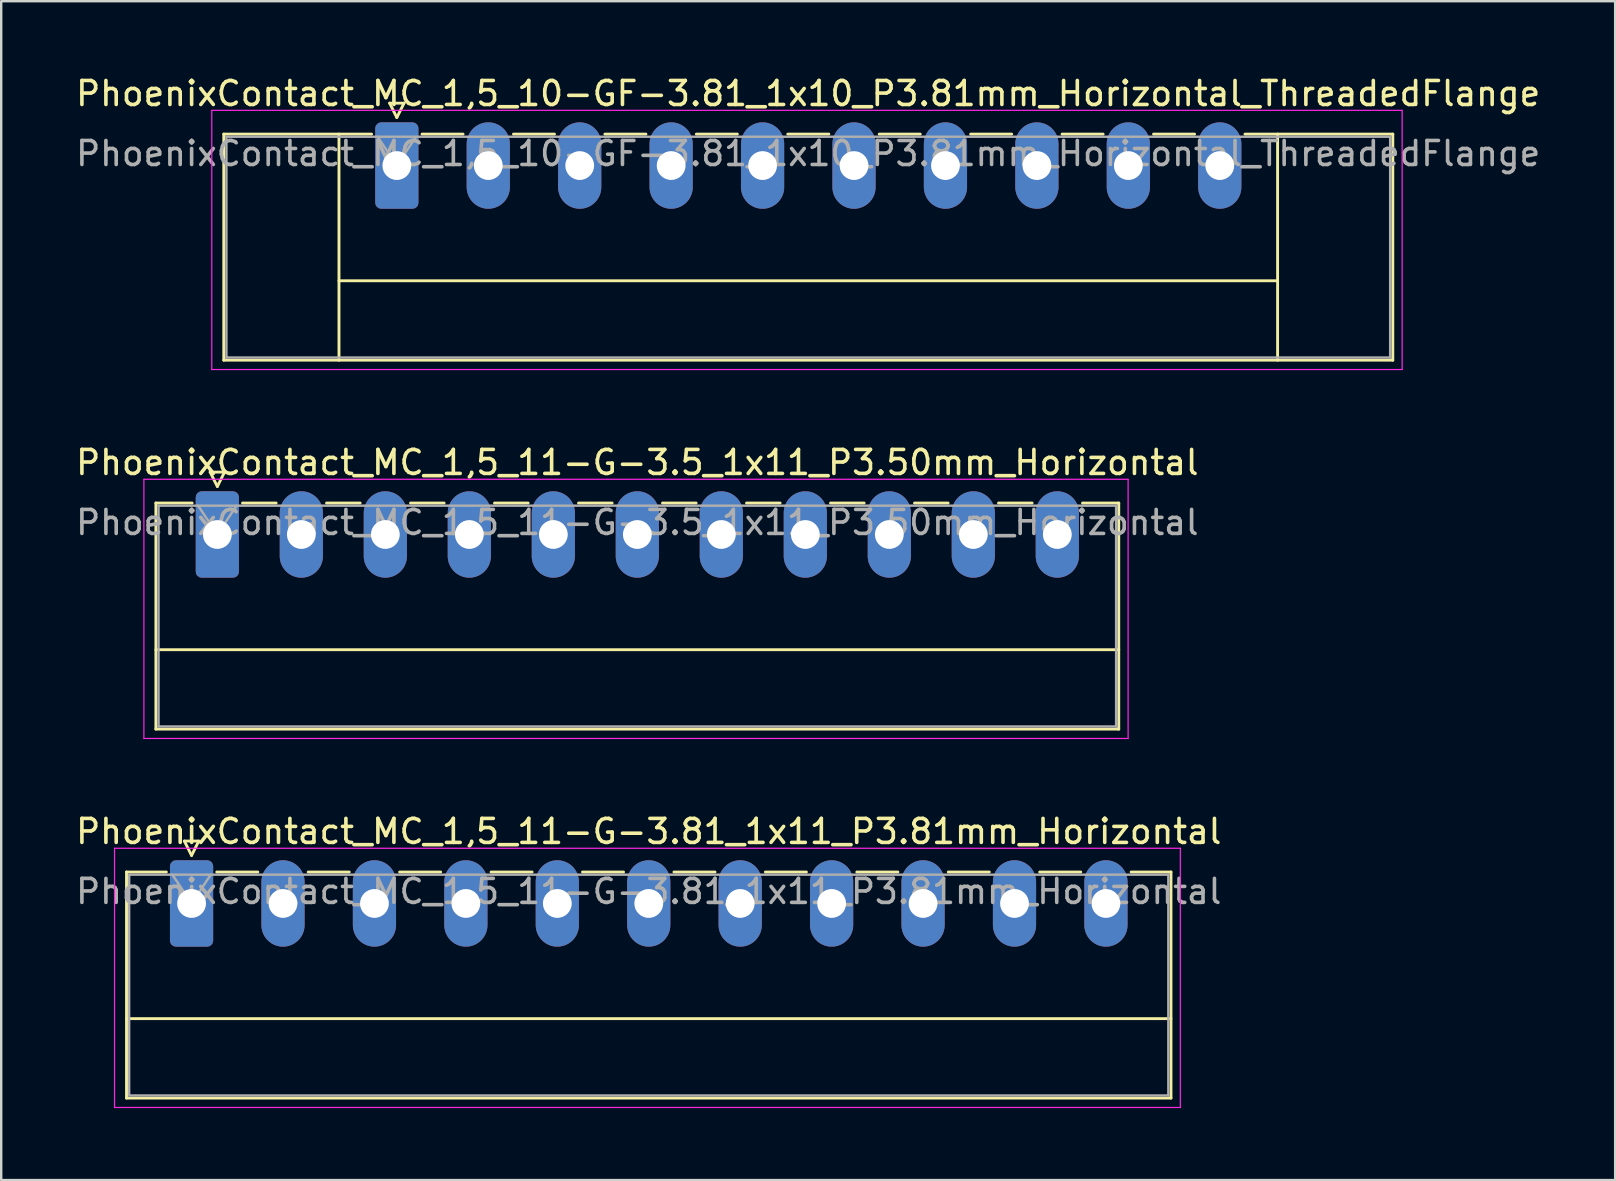
<source format=kicad_pcb>
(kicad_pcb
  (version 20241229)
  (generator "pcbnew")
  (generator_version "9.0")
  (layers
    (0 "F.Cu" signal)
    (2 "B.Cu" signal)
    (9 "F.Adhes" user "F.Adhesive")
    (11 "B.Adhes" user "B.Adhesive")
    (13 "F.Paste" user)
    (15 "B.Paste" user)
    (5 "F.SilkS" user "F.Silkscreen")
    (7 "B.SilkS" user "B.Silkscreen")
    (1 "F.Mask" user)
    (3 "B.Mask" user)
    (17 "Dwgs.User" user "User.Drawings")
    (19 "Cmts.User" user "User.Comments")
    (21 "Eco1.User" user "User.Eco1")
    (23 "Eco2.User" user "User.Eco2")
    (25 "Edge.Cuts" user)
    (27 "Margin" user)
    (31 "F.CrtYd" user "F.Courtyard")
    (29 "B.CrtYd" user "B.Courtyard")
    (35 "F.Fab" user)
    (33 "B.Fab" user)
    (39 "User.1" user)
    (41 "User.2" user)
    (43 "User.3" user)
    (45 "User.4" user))
  (footprint "PhoenixContact_MC_1,5_11-G-3.81_1x11_P3.81mm_Horizontal"
    (layer "F.Cu")
    (at 4.932 34.595)
    (property "Reference" "PhoenixContact_MC_1,5_11-G-3.81_1x11_P3.81mm_Horizontal" (at 19.05 -3 0) (layer "F.SilkS") (effects (font (size 1 1) (thickness 0.15))))
    (attr through_hole)
    (fp_line (start -2.71 -1.31) (end -2.71 8.11) (stroke (width 0.12) (type solid)) (layer "F.SilkS"))
    (fp_line (start -2.71 -1.31) (end -1.05 -1.31) (stroke (width 0.12) (type solid)) (layer "F.SilkS"))
    (fp_line (start -2.71 4.8) (end 40.81 4.8) (stroke (width 0.12) (type solid)) (layer "F.SilkS"))
    (fp_line (start -2.71 8.11) (end 40.81 8.11) (stroke (width 0.12) (type solid)) (layer "F.SilkS"))
    (fp_line (start -0.3 -2.6) (end 0.3 -2.6) (stroke (width 0.12) (type solid)) (layer "F.SilkS"))
    (fp_line (start 0 -2) (end -0.3 -2.6) (stroke (width 0.12) (type solid)) (layer "F.SilkS"))
    (fp_line (start 0.3 -2.6) (end 0 -2) (stroke (width 0.12) (type solid)) (layer "F.SilkS"))
    (fp_line (start 1.05 -1.31) (end 2.76 -1.31) (stroke (width 0.12) (type solid)) (layer "F.SilkS"))
    (fp_line (start 4.86 -1.31) (end 6.57 -1.31) (stroke (width 0.12) (type solid)) (layer "F.SilkS"))
    (fp_line (start 8.67 -1.31) (end 10.38 -1.31) (stroke (width 0.12) (type solid)) (layer "F.SilkS"))
    (fp_line (start 12.48 -1.31) (end 14.19 -1.31) (stroke (width 0.12) (type solid)) (layer "F.SilkS"))
    (fp_line (start 16.29 -1.31) (end 18 -1.31) (stroke (width 0.12) (type solid)) (layer "F.SilkS"))
    (fp_line (start 20.1 -1.31) (end 21.81 -1.31) (stroke (width 0.12) (type solid)) (layer "F.SilkS"))
    (fp_line (start 23.91 -1.31) (end 25.62 -1.31) (stroke (width 0.12) (type solid)) (layer "F.SilkS"))
    (fp_line (start 27.72 -1.31) (end 29.43 -1.31) (stroke (width 0.12) (type solid)) (layer "F.SilkS"))
    (fp_line (start 31.53 -1.31) (end 33.24 -1.31) (stroke (width 0.12) (type solid)) (layer "F.SilkS"))
    (fp_line (start 35.34 -1.31) (end 37.05 -1.31) (stroke (width 0.12) (type solid)) (layer "F.SilkS"))
    (fp_line (start 40.81 -1.31) (end 39.15 -1.31) (stroke (width 0.12) (type solid)) (layer "F.SilkS"))
    (fp_line (start 40.81 8.11) (end 40.81 -1.31) (stroke (width 0.12) (type solid)) (layer "F.SilkS"))
    (fp_line (start -3.21 -2.3) (end -3.21 8.5) (stroke (width 0.05) (type solid)) (layer "F.CrtYd"))
    (fp_line (start -3.21 8.5) (end 41.2 8.5) (stroke (width 0.05) (type solid)) (layer "F.CrtYd"))
    (fp_line (start 41.2 -2.3) (end -3.21 -2.3) (stroke (width 0.05) (type solid)) (layer "F.CrtYd"))
    (fp_line (start 41.2 8.5) (end 41.2 -2.3) (stroke (width 0.05) (type solid)) (layer "F.CrtYd"))
    (fp_line (start -2.6 -1.2) (end -2.6 8) (stroke (width 0.1) (type solid)) (layer "F.Fab"))
    (fp_line (start -2.6 8) (end 40.7 8) (stroke (width 0.1) (type solid)) (layer "F.Fab"))
    (fp_line (start 0 0) (end -0.8 -1.2) (stroke (width 0.1) (type solid)) (layer "F.Fab"))
    (fp_line (start 0.8 -1.2) (end 0 0) (stroke (width 0.1) (type solid)) (layer "F.Fab"))
    (fp_line (start 40.7 -1.2) (end -2.6 -1.2) (stroke (width 0.1) (type solid)) (layer "F.Fab"))
    (fp_line (start 40.7 8) (end 40.7 -1.2) (stroke (width 0.1) (type solid)) (layer "F.Fab"))
    (fp_text user "${REFERENCE}" (at 19.05 -0.5 0) (layer "F.Fab") (effects (font (size 1 1) (thickness 0.15))))
    (pad "1" thru_hole roundrect (at 0 0) (size 1.8 3.6) (drill 1.2) (layers "*.Cu" "*.Mask") (roundrect_rratio 0.139))
    (pad "2" thru_hole oval (at 3.81 0) (size 1.8 3.6) (drill 1.2) (layers "*.Cu" "*.Mask"))
    (pad "3" thru_hole oval (at 7.62 0) (size 1.8 3.6) (drill 1.2) (layers "*.Cu" "*.Mask"))
    (pad "4" thru_hole oval (at 11.43 0) (size 1.8 3.6) (drill 1.2) (layers "*.Cu" "*.Mask"))
    (pad "5" thru_hole oval (at 15.24 0) (size 1.8 3.6) (drill 1.2) (layers "*.Cu" "*.Mask"))
    (pad "6" thru_hole oval (at 19.05 0) (size 1.8 3.6) (drill 1.2) (layers "*.Cu" "*.Mask"))
    (pad "7" thru_hole oval (at 22.86 0) (size 1.8 3.6) (drill 1.2) (layers "*.Cu" "*.Mask"))
    (pad "8" thru_hole oval (at 26.67 0) (size 1.8 3.6) (drill 1.2) (layers "*.Cu" "*.Mask"))
    (pad "9" thru_hole oval (at 30.48 0) (size 1.8 3.6) (drill 1.2) (layers "*.Cu" "*.Mask"))
    (pad "10" thru_hole oval (at 34.29 0) (size 1.8 3.6) (drill 1.2) (layers "*.Cu" "*.Mask"))
    (pad "11" thru_hole oval (at 38.1 0) (size 1.8 3.6) (drill 1.2) (layers "*.Cu" "*.Mask")))
  (footprint "PhoenixContact_MC_1,5_11-G-3.5_1x11_P3.50mm_Horizontal"
    (layer "F.Cu")
    (at 6.006 19.221)
    (property "Reference" "PhoenixContact_MC_1,5_11-G-3.5_1x11_P3.50mm_Horizontal" (at 17.5 -3 0) (layer "F.SilkS") (effects (font (size 1 1) (thickness 0.15))))
    (attr through_hole)
    (fp_line (start -2.56 -1.31) (end -2.56 8.11) (stroke (width 0.12) (type solid)) (layer "F.SilkS"))
    (fp_line (start -2.56 -1.31) (end -1.05 -1.31) (stroke (width 0.12) (type solid)) (layer "F.SilkS"))
    (fp_line (start -2.56 4.8) (end 37.56 4.8) (stroke (width 0.12) (type solid)) (layer "F.SilkS"))
    (fp_line (start -2.56 8.11) (end 37.56 8.11) (stroke (width 0.12) (type solid)) (layer "F.SilkS"))
    (fp_line (start -0.3 -2.6) (end 0.3 -2.6) (stroke (width 0.12) (type solid)) (layer "F.SilkS"))
    (fp_line (start 0 -2) (end -0.3 -2.6) (stroke (width 0.12) (type solid)) (layer "F.SilkS"))
    (fp_line (start 0.3 -2.6) (end 0 -2) (stroke (width 0.12) (type solid)) (layer "F.SilkS"))
    (fp_line (start 1.05 -1.31) (end 2.45 -1.31) (stroke (width 0.12) (type solid)) (layer "F.SilkS"))
    (fp_line (start 4.55 -1.31) (end 5.95 -1.31) (stroke (width 0.12) (type solid)) (layer "F.SilkS"))
    (fp_line (start 8.05 -1.31) (end 9.45 -1.31) (stroke (width 0.12) (type solid)) (layer "F.SilkS"))
    (fp_line (start 11.55 -1.31) (end 12.95 -1.31) (stroke (width 0.12) (type solid)) (layer "F.SilkS"))
    (fp_line (start 15.05 -1.31) (end 16.45 -1.31) (stroke (width 0.12) (type solid)) (layer "F.SilkS"))
    (fp_line (start 18.55 -1.31) (end 19.95 -1.31) (stroke (width 0.12) (type solid)) (layer "F.SilkS"))
    (fp_line (start 22.05 -1.31) (end 23.45 -1.31) (stroke (width 0.12) (type solid)) (layer "F.SilkS"))
    (fp_line (start 25.55 -1.31) (end 26.95 -1.31) (stroke (width 0.12) (type solid)) (layer "F.SilkS"))
    (fp_line (start 29.05 -1.31) (end 30.45 -1.31) (stroke (width 0.12) (type solid)) (layer "F.SilkS"))
    (fp_line (start 32.55 -1.31) (end 33.95 -1.31) (stroke (width 0.12) (type solid)) (layer "F.SilkS"))
    (fp_line (start 37.56 -1.31) (end 36.05 -1.31) (stroke (width 0.12) (type solid)) (layer "F.SilkS"))
    (fp_line (start 37.56 8.11) (end 37.56 -1.31) (stroke (width 0.12) (type solid)) (layer "F.SilkS"))
    (fp_line (start -3.06 -2.3) (end -3.06 8.5) (stroke (width 0.05) (type solid)) (layer "F.CrtYd"))
    (fp_line (start -3.06 8.5) (end 37.95 8.5) (stroke (width 0.05) (type solid)) (layer "F.CrtYd"))
    (fp_line (start 37.95 -2.3) (end -3.06 -2.3) (stroke (width 0.05) (type solid)) (layer "F.CrtYd"))
    (fp_line (start 37.95 8.5) (end 37.95 -2.3) (stroke (width 0.05) (type solid)) (layer "F.CrtYd"))
    (fp_line (start -2.45 -1.2) (end -2.45 8) (stroke (width 0.1) (type solid)) (layer "F.Fab"))
    (fp_line (start -2.45 8) (end 37.45 8) (stroke (width 0.1) (type solid)) (layer "F.Fab"))
    (fp_line (start 0 0) (end -0.8 -1.2) (stroke (width 0.1) (type solid)) (layer "F.Fab"))
    (fp_line (start 0.8 -1.2) (end 0 0) (stroke (width 0.1) (type solid)) (layer "F.Fab"))
    (fp_line (start 37.45 -1.2) (end -2.45 -1.2) (stroke (width 0.1) (type solid)) (layer "F.Fab"))
    (fp_line (start 37.45 8) (end 37.45 -1.2) (stroke (width 0.1) (type solid)) (layer "F.Fab"))
    (fp_text user "${REFERENCE}" (at 17.5 -0.5 0) (layer "F.Fab") (effects (font (size 1 1) (thickness 0.15))))
    (pad "1" thru_hole roundrect (at 0 0) (size 1.8 3.6) (drill 1.2) (layers "*.Cu" "*.Mask") (roundrect_rratio 0.139))
    (pad "2" thru_hole oval (at 3.5 0) (size 1.8 3.6) (drill 1.2) (layers "*.Cu" "*.Mask"))
    (pad "3" thru_hole oval (at 7 0) (size 1.8 3.6) (drill 1.2) (layers "*.Cu" "*.Mask"))
    (pad "4" thru_hole oval (at 10.5 0) (size 1.8 3.6) (drill 1.2) (layers "*.Cu" "*.Mask"))
    (pad "5" thru_hole oval (at 14 0) (size 1.8 3.6) (drill 1.2) (layers "*.Cu" "*.Mask"))
    (pad "6" thru_hole oval (at 17.5 0) (size 1.8 3.6) (drill 1.2) (layers "*.Cu" "*.Mask"))
    (pad "7" thru_hole oval (at 21 0) (size 1.8 3.6) (drill 1.2) (layers "*.Cu" "*.Mask"))
    (pad "8" thru_hole oval (at 24.5 0) (size 1.8 3.6) (drill 1.2) (layers "*.Cu" "*.Mask"))
    (pad "9" thru_hole oval (at 28 0) (size 1.8 3.6) (drill 1.2) (layers "*.Cu" "*.Mask"))
    (pad "10" thru_hole oval (at 31.5 0) (size 1.8 3.6) (drill 1.2) (layers "*.Cu" "*.Mask"))
    (pad "11" thru_hole oval (at 35 0) (size 1.8 3.6) (drill 1.2) (layers "*.Cu" "*.Mask")))
  (footprint "PhoenixContact_MC_1,5_10-GF-3.81_1x10_P3.81mm_Horizontal_ThreadedFlange"
    (layer "F.Cu")
    (at 13.485 3.848)
    (property "Reference" "PhoenixContact_MC_1,5_10-GF-3.81_1x10_P3.81mm_Horizontal_ThreadedFlange" (at 17.14 -3 0) (layer "F.SilkS") (effects (font (size 1 1) (thickness 0.15))))
    (attr through_hole)
    (fp_line (start -7.21 -1.31) (end -7.21 8.11) (stroke (width 0.12) (type solid)) (layer "F.SilkS"))
    (fp_line (start -7.21 -1.31) (end -1.05 -1.31) (stroke (width 0.12) (type solid)) (layer "F.SilkS"))
    (fp_line (start -7.21 8.11) (end 41.5 8.11) (stroke (width 0.12) (type solid)) (layer "F.SilkS"))
    (fp_line (start -2.41 -1.31) (end -2.41 8.11) (stroke (width 0.12) (type solid)) (layer "F.SilkS"))
    (fp_line (start -2.41 4.8) (end 36.7 4.8) (stroke (width 0.12) (type solid)) (layer "F.SilkS"))
    (fp_line (start -0.3 -2.6) (end 0.3 -2.6) (stroke (width 0.12) (type solid)) (layer "F.SilkS"))
    (fp_line (start 0 -2) (end -0.3 -2.6) (stroke (width 0.12) (type solid)) (layer "F.SilkS"))
    (fp_line (start 0.3 -2.6) (end 0 -2) (stroke (width 0.12) (type solid)) (layer "F.SilkS"))
    (fp_line (start 1.05 -1.31) (end 2.76 -1.31) (stroke (width 0.12) (type solid)) (layer "F.SilkS"))
    (fp_line (start 4.86 -1.31) (end 6.57 -1.31) (stroke (width 0.12) (type solid)) (layer "F.SilkS"))
    (fp_line (start 8.67 -1.31) (end 10.38 -1.31) (stroke (width 0.12) (type solid)) (layer "F.SilkS"))
    (fp_line (start 12.48 -1.31) (end 14.19 -1.31) (stroke (width 0.12) (type solid)) (layer "F.SilkS"))
    (fp_line (start 16.29 -1.31) (end 18 -1.31) (stroke (width 0.12) (type solid)) (layer "F.SilkS"))
    (fp_line (start 20.1 -1.31) (end 21.81 -1.31) (stroke (width 0.12) (type solid)) (layer "F.SilkS"))
    (fp_line (start 23.91 -1.31) (end 25.62 -1.31) (stroke (width 0.12) (type solid)) (layer "F.SilkS"))
    (fp_line (start 27.72 -1.31) (end 29.43 -1.31) (stroke (width 0.12) (type solid)) (layer "F.SilkS"))
    (fp_line (start 31.53 -1.31) (end 33.24 -1.31) (stroke (width 0.12) (type solid)) (layer "F.SilkS"))
    (fp_line (start 36.7 -1.31) (end 36.7 8.11) (stroke (width 0.12) (type solid)) (layer "F.SilkS"))
    (fp_line (start 41.5 -1.31) (end 35.34 -1.31) (stroke (width 0.12) (type solid)) (layer "F.SilkS"))
    (fp_line (start 41.5 8.11) (end 41.5 -1.31) (stroke (width 0.12) (type solid)) (layer "F.SilkS"))
    (fp_line (start -7.71 -2.3) (end -7.71 8.5) (stroke (width 0.05) (type solid)) (layer "F.CrtYd"))
    (fp_line (start -7.71 8.5) (end 41.89 8.5) (stroke (width 0.05) (type solid)) (layer "F.CrtYd"))
    (fp_line (start 41.89 -2.3) (end -7.71 -2.3) (stroke (width 0.05) (type solid)) (layer "F.CrtYd"))
    (fp_line (start 41.89 8.5) (end 41.89 -2.3) (stroke (width 0.05) (type solid)) (layer "F.CrtYd"))
    (fp_line (start -7.1 -1.2) (end -7.1 8) (stroke (width 0.1) (type solid)) (layer "F.Fab"))
    (fp_line (start -7.1 8) (end 41.39 8) (stroke (width 0.1) (type solid)) (layer "F.Fab"))
    (fp_line (start 0 0) (end -0.8 -1.2) (stroke (width 0.1) (type solid)) (layer "F.Fab"))
    (fp_line (start 0.8 -1.2) (end 0 0) (stroke (width 0.1) (type solid)) (layer "F.Fab"))
    (fp_line (start 41.39 -1.2) (end -7.1 -1.2) (stroke (width 0.1) (type solid)) (layer "F.Fab"))
    (fp_line (start 41.39 8) (end 41.39 -1.2) (stroke (width 0.1) (type solid)) (layer "F.Fab"))
    (fp_text user "${REFERENCE}" (at 17.14 -0.5 0) (layer "F.Fab") (effects (font (size 1 1) (thickness 0.15))))
    (pad "1" thru_hole roundrect (at 0 0) (size 1.8 3.6) (drill 1.2) (layers "*.Cu" "*.Mask") (roundrect_rratio 0.139))
    (pad "2" thru_hole oval (at 3.81 0) (size 1.8 3.6) (drill 1.2) (layers "*.Cu" "*.Mask"))
    (pad "3" thru_hole oval (at 7.62 0) (size 1.8 3.6) (drill 1.2) (layers "*.Cu" "*.Mask"))
    (pad "4" thru_hole oval (at 11.43 0) (size 1.8 3.6) (drill 1.2) (layers "*.Cu" "*.Mask"))
    (pad "5" thru_hole oval (at 15.24 0) (size 1.8 3.6) (drill 1.2) (layers "*.Cu" "*.Mask"))
    (pad "6" thru_hole oval (at 19.05 0) (size 1.8 3.6) (drill 1.2) (layers "*.Cu" "*.Mask"))
    (pad "7" thru_hole oval (at 22.86 0) (size 1.8 3.6) (drill 1.2) (layers "*.Cu" "*.Mask"))
    (pad "8" thru_hole oval (at 26.67 0) (size 1.8 3.6) (drill 1.2) (layers "*.Cu" "*.Mask"))
    (pad "9" thru_hole oval (at 30.48 0) (size 1.8 3.6) (drill 1.2) (layers "*.Cu" "*.Mask"))
    (pad "10" thru_hole oval (at 34.29 0) (size 1.8 3.6) (drill 1.2) (layers "*.Cu" "*.Mask")))
  (gr_rect
    (start -3 -3)
    (end 64.25 46.12)
    (stroke (width 0.1) (type default))
    (fill no)
    (layer "Edge.Cuts")))
</source>
